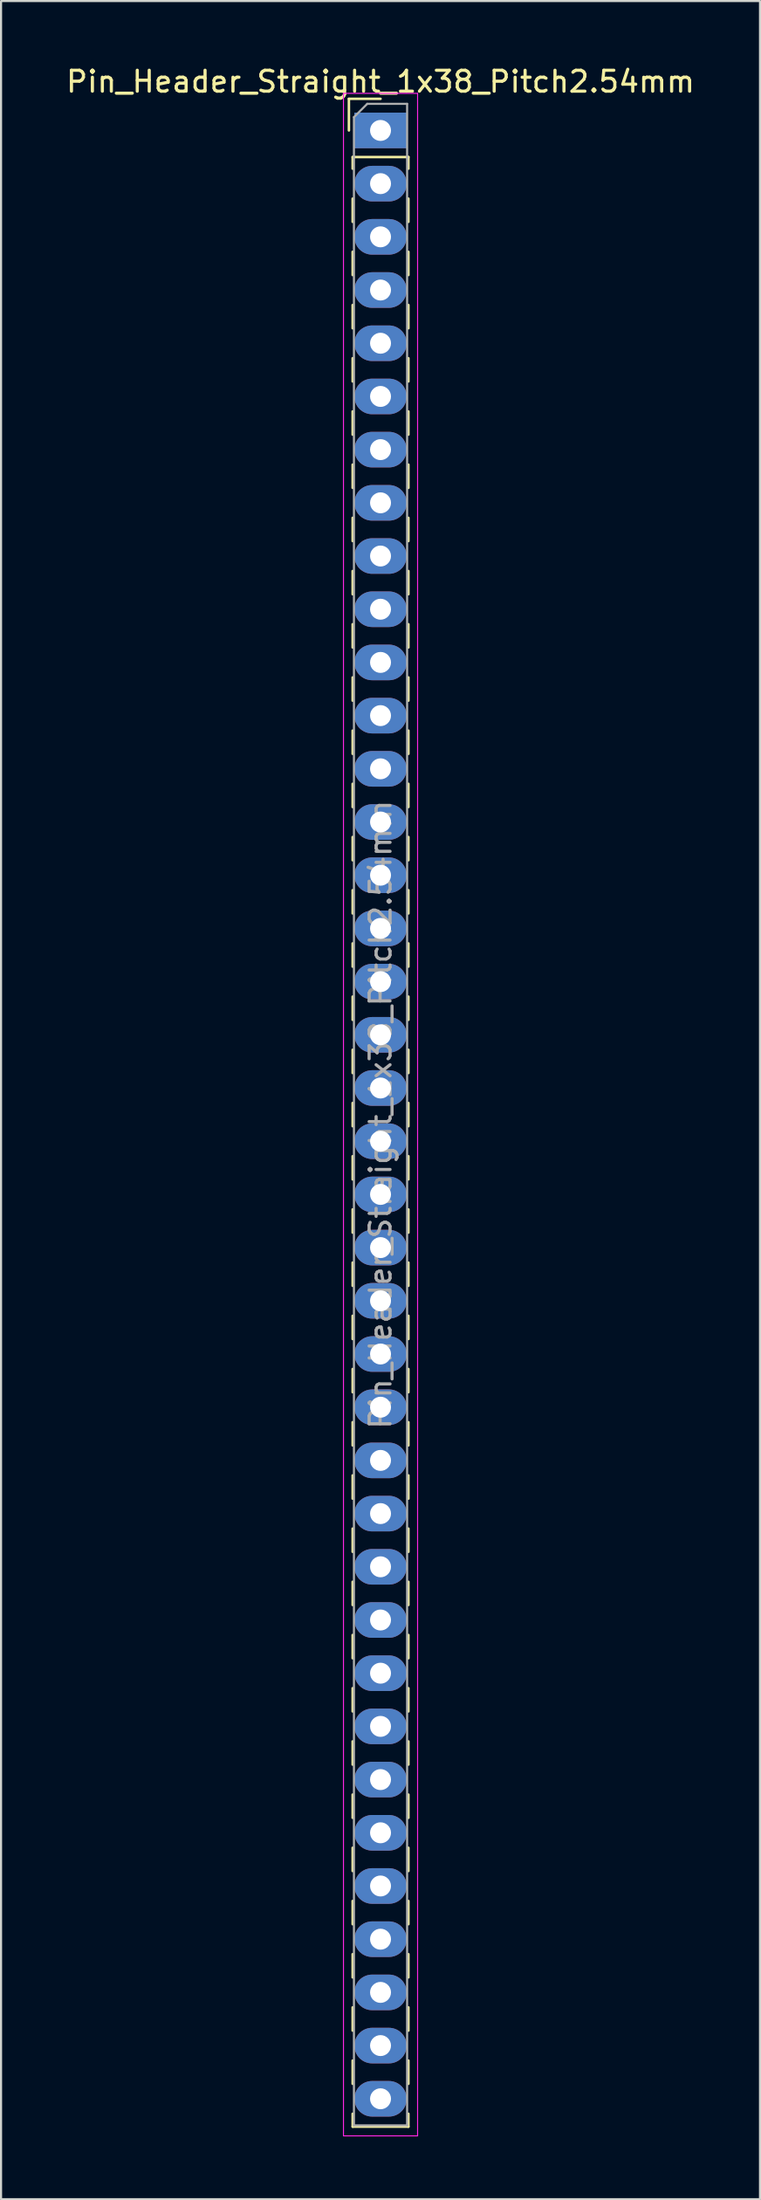
<source format=kicad_pcb>
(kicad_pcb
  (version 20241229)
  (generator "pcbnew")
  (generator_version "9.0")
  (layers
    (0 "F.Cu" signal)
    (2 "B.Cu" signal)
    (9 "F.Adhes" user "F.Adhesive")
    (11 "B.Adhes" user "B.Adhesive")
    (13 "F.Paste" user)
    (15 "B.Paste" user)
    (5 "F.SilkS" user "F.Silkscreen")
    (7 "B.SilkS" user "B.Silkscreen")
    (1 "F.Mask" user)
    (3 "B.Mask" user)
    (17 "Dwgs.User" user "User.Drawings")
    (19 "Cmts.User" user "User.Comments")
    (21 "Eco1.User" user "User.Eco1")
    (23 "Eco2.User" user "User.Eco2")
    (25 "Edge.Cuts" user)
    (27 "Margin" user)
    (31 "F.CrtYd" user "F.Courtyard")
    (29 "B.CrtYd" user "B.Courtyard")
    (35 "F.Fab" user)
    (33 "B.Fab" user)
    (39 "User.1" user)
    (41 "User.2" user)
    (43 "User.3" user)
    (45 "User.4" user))
  (footprint "Pin_Header_Straight_1x38_Pitch2.54mm"
    (layer "F.Cu")
    (at 15.125 3.178)
    (property "Reference" "Pin_Header_Straight_1x38_Pitch2.54mm" (at 0 -2.33 0) (layer "F.SilkS") (effects (font (size 1 1) (thickness 0.15))))
    (attr through_hole)
    (fp_line (start -1.51 -1.51) (end 0 -1.51) (stroke (width 0.12) (type solid)) (layer "F.SilkS"))
    (fp_line (start -1.51 0) (end -1.51 -1.51) (stroke (width 0.12) (type solid)) (layer "F.SilkS"))
    (fp_line (start -1.33 1.27) (end -1.33 1.825) (stroke (width 0.12) (type solid)) (layer "F.SilkS"))
    (fp_line (start -1.33 1.27) (end 1.33 1.27) (stroke (width 0.12) (type solid)) (layer "F.SilkS"))
    (fp_line (start -1.33 3.255) (end -1.33 4.365) (stroke (width 0.12) (type solid)) (layer "F.SilkS"))
    (fp_line (start -1.33 5.795) (end -1.33 6.905) (stroke (width 0.12) (type solid)) (layer "F.SilkS"))
    (fp_line (start -1.33 8.335) (end -1.33 9.445) (stroke (width 0.12) (type solid)) (layer "F.SilkS"))
    (fp_line (start -1.33 10.875) (end -1.33 11.985) (stroke (width 0.12) (type solid)) (layer "F.SilkS"))
    (fp_line (start -1.33 13.415) (end -1.33 14.525) (stroke (width 0.12) (type solid)) (layer "F.SilkS"))
    (fp_line (start -1.33 15.955) (end -1.33 17.065) (stroke (width 0.12) (type solid)) (layer "F.SilkS"))
    (fp_line (start -1.33 18.495) (end -1.33 19.605) (stroke (width 0.12) (type solid)) (layer "F.SilkS"))
    (fp_line (start -1.33 21.035) (end -1.33 22.145) (stroke (width 0.12) (type solid)) (layer "F.SilkS"))
    (fp_line (start -1.33 23.575) (end -1.33 24.685) (stroke (width 0.12) (type solid)) (layer "F.SilkS"))
    (fp_line (start -1.33 26.115) (end -1.33 27.225) (stroke (width 0.12) (type solid)) (layer "F.SilkS"))
    (fp_line (start -1.33 28.655) (end -1.33 29.765) (stroke (width 0.12) (type solid)) (layer "F.SilkS"))
    (fp_line (start -1.33 31.195) (end -1.33 32.305) (stroke (width 0.12) (type solid)) (layer "F.SilkS"))
    (fp_line (start -1.33 33.735) (end -1.33 34.845) (stroke (width 0.12) (type solid)) (layer "F.SilkS"))
    (fp_line (start -1.33 36.275) (end -1.33 37.385) (stroke (width 0.12) (type solid)) (layer "F.SilkS"))
    (fp_line (start -1.33 38.815) (end -1.33 39.925) (stroke (width 0.12) (type solid)) (layer "F.SilkS"))
    (fp_line (start -1.33 41.355) (end -1.33 42.465) (stroke (width 0.12) (type solid)) (layer "F.SilkS"))
    (fp_line (start -1.33 43.895) (end -1.33 45.005) (stroke (width 0.12) (type solid)) (layer "F.SilkS"))
    (fp_line (start -1.33 46.435) (end -1.33 47.545) (stroke (width 0.12) (type solid)) (layer "F.SilkS"))
    (fp_line (start -1.33 48.975) (end -1.33 50.085) (stroke (width 0.12) (type solid)) (layer "F.SilkS"))
    (fp_line (start -1.33 51.515) (end -1.33 52.625) (stroke (width 0.12) (type solid)) (layer "F.SilkS"))
    (fp_line (start -1.33 54.055) (end -1.33 55.165) (stroke (width 0.12) (type solid)) (layer "F.SilkS"))
    (fp_line (start -1.33 56.595) (end -1.33 57.705) (stroke (width 0.12) (type solid)) (layer "F.SilkS"))
    (fp_line (start -1.33 59.135) (end -1.33 60.245) (stroke (width 0.12) (type solid)) (layer "F.SilkS"))
    (fp_line (start -1.33 61.675) (end -1.33 62.785) (stroke (width 0.12) (type solid)) (layer "F.SilkS"))
    (fp_line (start -1.33 64.215) (end -1.33 65.325) (stroke (width 0.12) (type solid)) (layer "F.SilkS"))
    (fp_line (start -1.33 66.755) (end -1.33 67.865) (stroke (width 0.12) (type solid)) (layer "F.SilkS"))
    (fp_line (start -1.33 69.295) (end -1.33 70.405) (stroke (width 0.12) (type solid)) (layer "F.SilkS"))
    (fp_line (start -1.33 71.835) (end -1.33 72.945) (stroke (width 0.12) (type solid)) (layer "F.SilkS"))
    (fp_line (start -1.33 74.375) (end -1.33 75.485) (stroke (width 0.12) (type solid)) (layer "F.SilkS"))
    (fp_line (start -1.33 76.915) (end -1.33 78.025) (stroke (width 0.12) (type solid)) (layer "F.SilkS"))
    (fp_line (start -1.33 79.455) (end -1.33 80.565) (stroke (width 0.12) (type solid)) (layer "F.SilkS"))
    (fp_line (start -1.33 81.995) (end -1.33 83.105) (stroke (width 0.12) (type solid)) (layer "F.SilkS"))
    (fp_line (start -1.33 84.535) (end -1.33 85.645) (stroke (width 0.12) (type solid)) (layer "F.SilkS"))
    (fp_line (start -1.33 87.075) (end -1.33 88.185) (stroke (width 0.12) (type solid)) (layer "F.SilkS"))
    (fp_line (start -1.33 89.615) (end -1.33 90.725) (stroke (width 0.12) (type solid)) (layer "F.SilkS"))
    (fp_line (start -1.33 92.155) (end -1.33 93.265) (stroke (width 0.12) (type solid)) (layer "F.SilkS"))
    (fp_line (start -1.33 94.695) (end -1.33 95.31) (stroke (width 0.12) (type solid)) (layer "F.SilkS"))
    (fp_line (start -1.33 95.31) (end 1.33 95.31) (stroke (width 0.12) (type solid)) (layer "F.SilkS"))
    (fp_line (start 1.33 1.27) (end 1.33 1.825) (stroke (width 0.12) (type solid)) (layer "F.SilkS"))
    (fp_line (start 1.33 3.255) (end 1.33 4.365) (stroke (width 0.12) (type solid)) (layer "F.SilkS"))
    (fp_line (start 1.33 5.795) (end 1.33 6.905) (stroke (width 0.12) (type solid)) (layer "F.SilkS"))
    (fp_line (start 1.33 8.335) (end 1.33 9.445) (stroke (width 0.12) (type solid)) (layer "F.SilkS"))
    (fp_line (start 1.33 10.875) (end 1.33 11.985) (stroke (width 0.12) (type solid)) (layer "F.SilkS"))
    (fp_line (start 1.33 13.415) (end 1.33 14.525) (stroke (width 0.12) (type solid)) (layer "F.SilkS"))
    (fp_line (start 1.33 15.955) (end 1.33 17.065) (stroke (width 0.12) (type solid)) (layer "F.SilkS"))
    (fp_line (start 1.33 18.495) (end 1.33 19.605) (stroke (width 0.12) (type solid)) (layer "F.SilkS"))
    (fp_line (start 1.33 21.035) (end 1.33 22.145) (stroke (width 0.12) (type solid)) (layer "F.SilkS"))
    (fp_line (start 1.33 23.575) (end 1.33 24.685) (stroke (width 0.12) (type solid)) (layer "F.SilkS"))
    (fp_line (start 1.33 26.115) (end 1.33 27.225) (stroke (width 0.12) (type solid)) (layer "F.SilkS"))
    (fp_line (start 1.33 28.655) (end 1.33 29.765) (stroke (width 0.12) (type solid)) (layer "F.SilkS"))
    (fp_line (start 1.33 31.195) (end 1.33 32.305) (stroke (width 0.12) (type solid)) (layer "F.SilkS"))
    (fp_line (start 1.33 33.735) (end 1.33 34.845) (stroke (width 0.12) (type solid)) (layer "F.SilkS"))
    (fp_line (start 1.33 36.275) (end 1.33 37.385) (stroke (width 0.12) (type solid)) (layer "F.SilkS"))
    (fp_line (start 1.33 38.815) (end 1.33 39.925) (stroke (width 0.12) (type solid)) (layer "F.SilkS"))
    (fp_line (start 1.33 41.355) (end 1.33 42.465) (stroke (width 0.12) (type solid)) (layer "F.SilkS"))
    (fp_line (start 1.33 43.895) (end 1.33 45.005) (stroke (width 0.12) (type solid)) (layer "F.SilkS"))
    (fp_line (start 1.33 46.435) (end 1.33 47.545) (stroke (width 0.12) (type solid)) (layer "F.SilkS"))
    (fp_line (start 1.33 48.975) (end 1.33 50.085) (stroke (width 0.12) (type solid)) (layer "F.SilkS"))
    (fp_line (start 1.33 51.515) (end 1.33 52.625) (stroke (width 0.12) (type solid)) (layer "F.SilkS"))
    (fp_line (start 1.33 54.055) (end 1.33 55.165) (stroke (width 0.12) (type solid)) (layer "F.SilkS"))
    (fp_line (start 1.33 56.595) (end 1.33 57.705) (stroke (width 0.12) (type solid)) (layer "F.SilkS"))
    (fp_line (start 1.33 59.135) (end 1.33 60.245) (stroke (width 0.12) (type solid)) (layer "F.SilkS"))
    (fp_line (start 1.33 61.675) (end 1.33 62.785) (stroke (width 0.12) (type solid)) (layer "F.SilkS"))
    (fp_line (start 1.33 64.215) (end 1.33 65.325) (stroke (width 0.12) (type solid)) (layer "F.SilkS"))
    (fp_line (start 1.33 66.755) (end 1.33 67.865) (stroke (width 0.12) (type solid)) (layer "F.SilkS"))
    (fp_line (start 1.33 69.295) (end 1.33 70.405) (stroke (width 0.12) (type solid)) (layer "F.SilkS"))
    (fp_line (start 1.33 71.835) (end 1.33 72.945) (stroke (width 0.12) (type solid)) (layer "F.SilkS"))
    (fp_line (start 1.33 74.375) (end 1.33 75.485) (stroke (width 0.12) (type solid)) (layer "F.SilkS"))
    (fp_line (start 1.33 76.915) (end 1.33 78.025) (stroke (width 0.12) (type solid)) (layer "F.SilkS"))
    (fp_line (start 1.33 79.455) (end 1.33 80.565) (stroke (width 0.12) (type solid)) (layer "F.SilkS"))
    (fp_line (start 1.33 81.995) (end 1.33 83.105) (stroke (width 0.12) (type solid)) (layer "F.SilkS"))
    (fp_line (start 1.33 84.535) (end 1.33 85.645) (stroke (width 0.12) (type solid)) (layer "F.SilkS"))
    (fp_line (start 1.33 87.075) (end 1.33 88.185) (stroke (width 0.12) (type solid)) (layer "F.SilkS"))
    (fp_line (start 1.33 89.615) (end 1.33 90.725) (stroke (width 0.12) (type solid)) (layer "F.SilkS"))
    (fp_line (start 1.33 92.155) (end 1.33 93.265) (stroke (width 0.12) (type solid)) (layer "F.SilkS"))
    (fp_line (start 1.33 94.695) (end 1.33 95.31) (stroke (width 0.12) (type solid)) (layer "F.SilkS"))
    (fp_line (start -1.77 -1.77) (end -1.77 95.75) (stroke (width 0.05) (type solid)) (layer "F.CrtYd"))
    (fp_line (start -1.77 95.75) (end 1.77 95.75) (stroke (width 0.05) (type solid)) (layer "F.CrtYd"))
    (fp_line (start 1.77 -1.77) (end -1.77 -1.77) (stroke (width 0.05) (type solid)) (layer "F.CrtYd"))
    (fp_line (start 1.77 95.75) (end 1.77 -1.77) (stroke (width 0.05) (type solid)) (layer "F.CrtYd"))
    (fp_line (start -1.27 -0.635) (end -0.635 -1.27) (stroke (width 0.1) (type solid)) (layer "F.Fab"))
    (fp_line (start -1.27 95.25) (end -1.27 -0.635) (stroke (width 0.1) (type solid)) (layer "F.Fab"))
    (fp_line (start -0.635 -1.27) (end 1.27 -1.27) (stroke (width 0.1) (type solid)) (layer "F.Fab"))
    (fp_line (start 1.27 -1.27) (end 1.27 95.25) (stroke (width 0.1) (type solid)) (layer "F.Fab"))
    (fp_line (start 1.27 95.25) (end -1.27 95.25) (stroke (width 0.1) (type solid)) (layer "F.Fab"))
    (fp_text user "${REFERENCE}" (at 0 46.99 90) (layer "F.Fab") (effects (font (size 1 1) (thickness 0.15))))
    (pad "1" thru_hole rect (at 0 0) (size 2.5 1.7) (drill 1) (layers "*.Cu" "*.Mask"))
    (pad "2" thru_hole oval (at 0 2.54) (size 2.5 1.7) (drill 1) (layers "*.Cu" "*.Mask"))
    (pad "3" thru_hole oval (at 0 5.08) (size 2.5 1.7) (drill 1) (layers "*.Cu" "*.Mask"))
    (pad "4" thru_hole oval (at 0 7.62) (size 2.5 1.7) (drill 1) (layers "*.Cu" "*.Mask"))
    (pad "5" thru_hole oval (at 0 10.16) (size 2.5 1.7) (drill 1) (layers "*.Cu" "*.Mask"))
    (pad "6" thru_hole oval (at 0 12.7) (size 2.5 1.7) (drill 1) (layers "*.Cu" "*.Mask"))
    (pad "7" thru_hole oval (at 0 15.24) (size 2.5 1.7) (drill 1) (layers "*.Cu" "*.Mask"))
    (pad "8" thru_hole oval (at 0 17.78) (size 2.5 1.7) (drill 1) (layers "*.Cu" "*.Mask"))
    (pad "9" thru_hole oval (at 0 20.32) (size 2.5 1.7) (drill 1) (layers "*.Cu" "*.Mask"))
    (pad "10" thru_hole oval (at 0 22.86) (size 2.5 1.7) (drill 1) (layers "*.Cu" "*.Mask"))
    (pad "11" thru_hole oval (at 0 25.4) (size 2.5 1.7) (drill 1) (layers "*.Cu" "*.Mask"))
    (pad "12" thru_hole oval (at 0 27.94) (size 2.5 1.7) (drill 1) (layers "*.Cu" "*.Mask"))
    (pad "13" thru_hole oval (at 0 30.48) (size 2.5 1.7) (drill 1) (layers "*.Cu" "*.Mask"))
    (pad "14" thru_hole oval (at 0 33.02) (size 2.5 1.7) (drill 1) (layers "*.Cu" "*.Mask"))
    (pad "15" thru_hole oval (at 0 35.56) (size 2.5 1.7) (drill 1) (layers "*.Cu" "*.Mask"))
    (pad "16" thru_hole oval (at 0 38.1) (size 2.5 1.7) (drill 1) (layers "*.Cu" "*.Mask"))
    (pad "17" thru_hole oval (at 0 40.64) (size 2.5 1.7) (drill 1) (layers "*.Cu" "*.Mask"))
    (pad "18" thru_hole oval (at 0 43.18) (size 2.5 1.7) (drill 1) (layers "*.Cu" "*.Mask"))
    (pad "19" thru_hole oval (at 0 45.72) (size 2.5 1.7) (drill 1) (layers "*.Cu" "*.Mask"))
    (pad "20" thru_hole oval (at 0 48.26) (size 2.5 1.7) (drill 1) (layers "*.Cu" "*.Mask"))
    (pad "21" thru_hole oval (at 0 50.8) (size 2.5 1.7) (drill 1) (layers "*.Cu" "*.Mask"))
    (pad "22" thru_hole oval (at 0 53.34) (size 2.5 1.7) (drill 1) (layers "*.Cu" "*.Mask"))
    (pad "23" thru_hole oval (at 0 55.88) (size 2.5 1.7) (drill 1) (layers "*.Cu" "*.Mask"))
    (pad "24" thru_hole oval (at 0 58.42) (size 2.5 1.7) (drill 1) (layers "*.Cu" "*.Mask"))
    (pad "25" thru_hole oval (at 0 60.96) (size 2.5 1.7) (drill 1) (layers "*.Cu" "*.Mask"))
    (pad "26" thru_hole oval (at 0 63.5) (size 2.5 1.7) (drill 1) (layers "*.Cu" "*.Mask"))
    (pad "27" thru_hole oval (at 0 66.04) (size 2.5 1.7) (drill 1) (layers "*.Cu" "*.Mask"))
    (pad "28" thru_hole oval (at 0 68.58) (size 2.5 1.7) (drill 1) (layers "*.Cu" "*.Mask"))
    (pad "29" thru_hole oval (at 0 71.12) (size 2.5 1.7) (drill 1) (layers "*.Cu" "*.Mask"))
    (pad "30" thru_hole oval (at 0 73.66) (size 2.5 1.7) (drill 1) (layers "*.Cu" "*.Mask"))
    (pad "31" thru_hole oval (at 0 76.2) (size 2.5 1.7) (drill 1) (layers "*.Cu" "*.Mask"))
    (pad "32" thru_hole oval (at 0 78.74) (size 2.5 1.7) (drill 1) (layers "*.Cu" "*.Mask"))
    (pad "33" thru_hole oval (at 0 81.28) (size 2.5 1.7) (drill 1) (layers "*.Cu" "*.Mask"))
    (pad "34" thru_hole oval (at 0 83.82) (size 2.5 1.7) (drill 1) (layers "*.Cu" "*.Mask"))
    (pad "35" thru_hole oval (at 0 86.36) (size 2.5 1.7) (drill 1) (layers "*.Cu" "*.Mask"))
    (pad "36" thru_hole oval (at 0 88.9) (size 2.5 1.7) (drill 1) (layers "*.Cu" "*.Mask"))
    (pad "37" thru_hole oval (at 0 91.44) (size 2.5 1.7) (drill 1) (layers "*.Cu" "*.Mask"))
    (pad "38" thru_hole oval (at 0 93.98) (size 2.5 1.7) (drill 1) (layers "*.Cu" "*.Mask")))
  (gr_rect
    (start -3 -3)
    (end 33.25 101.953)
    (stroke (width 0.1) (type default))
    (fill no)
    (layer "Edge.Cuts")))
</source>
